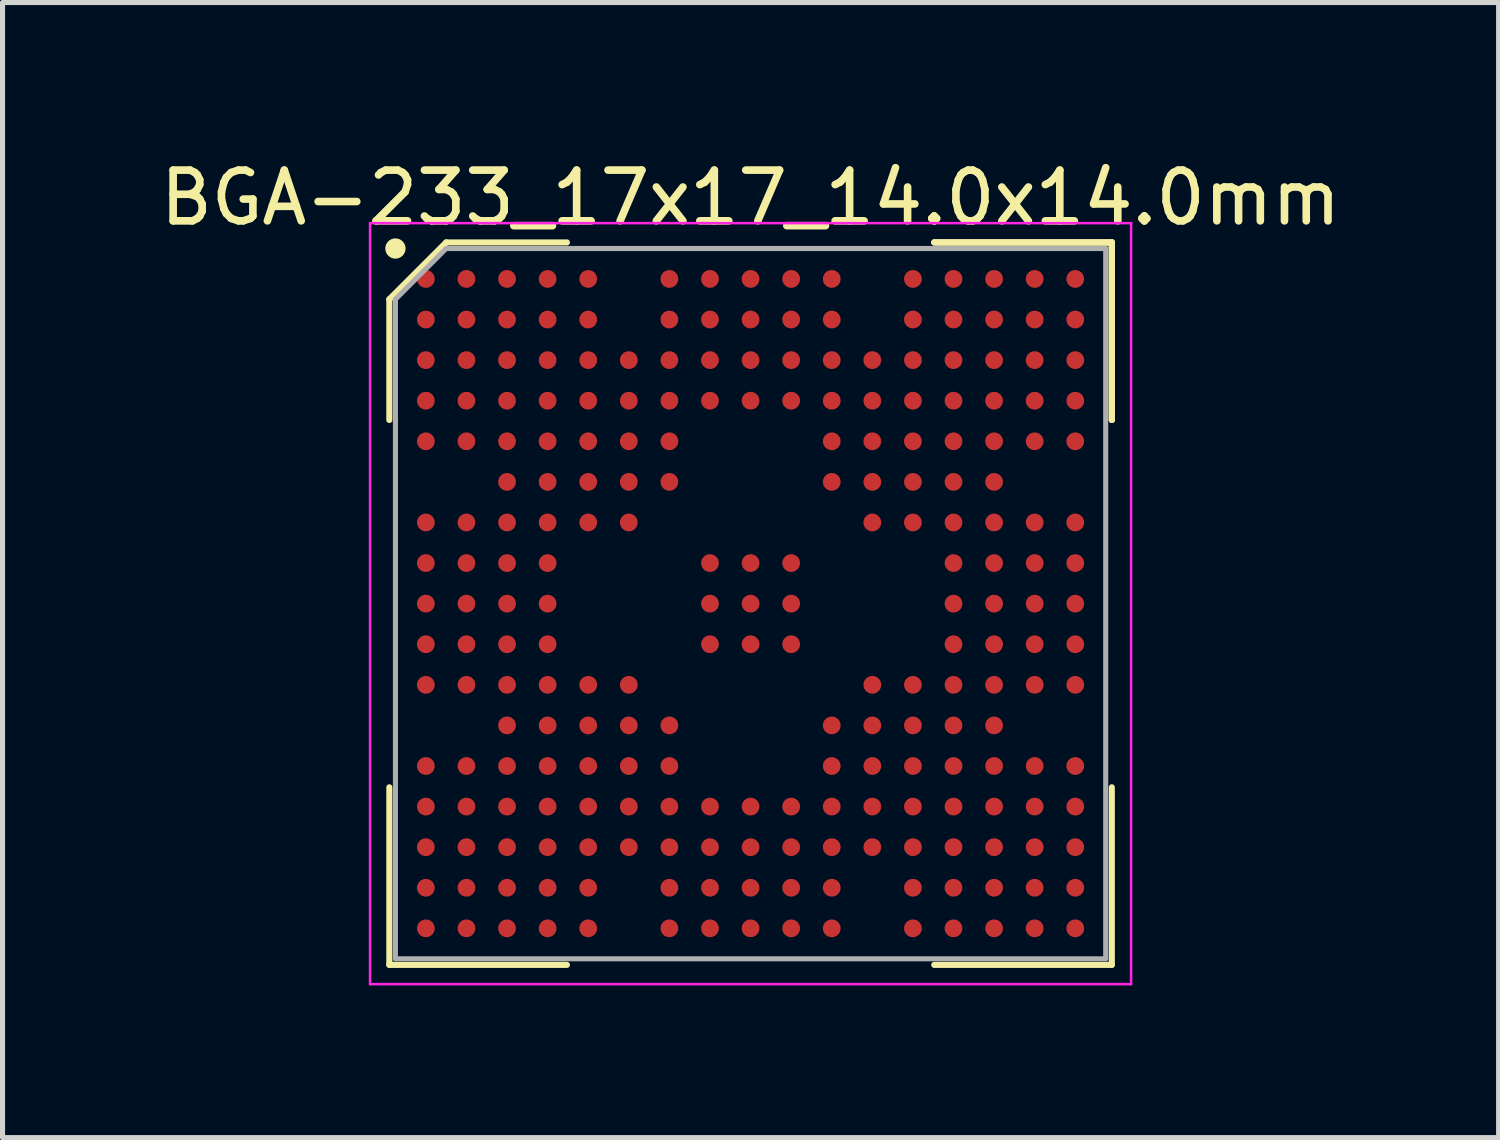
<source format=kicad_pcb>
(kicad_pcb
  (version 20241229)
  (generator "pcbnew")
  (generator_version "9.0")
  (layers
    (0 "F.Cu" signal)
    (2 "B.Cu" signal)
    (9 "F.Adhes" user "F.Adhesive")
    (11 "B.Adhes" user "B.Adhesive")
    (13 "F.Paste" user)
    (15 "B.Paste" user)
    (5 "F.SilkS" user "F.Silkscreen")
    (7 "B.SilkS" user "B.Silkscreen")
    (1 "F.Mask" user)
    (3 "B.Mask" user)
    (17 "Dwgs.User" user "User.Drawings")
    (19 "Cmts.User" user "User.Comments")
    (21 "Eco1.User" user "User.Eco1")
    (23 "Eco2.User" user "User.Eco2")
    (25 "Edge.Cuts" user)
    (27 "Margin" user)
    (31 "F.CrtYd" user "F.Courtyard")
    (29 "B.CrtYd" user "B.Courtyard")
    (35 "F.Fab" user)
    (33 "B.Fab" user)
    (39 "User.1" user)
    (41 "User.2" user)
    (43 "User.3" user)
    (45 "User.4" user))
  (footprint "BGA-233_17x17_14.0x14.0mm"
    (layer "F.Cu")
    (at 11.744 8.848)
    (property "Reference" "BGA-233_17x17_14.0x14.0mm" (at 0 -8 0) (layer "F.SilkS") (effects (font (size 1 1) (thickness 0.15))))
    (attr smd)
    (fp_line (start -7.12 -6) (end -7.12 -3.62) (stroke (width 0.12) (type solid)) (layer "F.SilkS"))
    (fp_line (start -7.12 7.12) (end -7.12 3.62) (stroke (width 0.12) (type solid)) (layer "F.SilkS"))
    (fp_line (start -6 -7.12) (end -7.12 -6) (stroke (width 0.12) (type solid)) (layer "F.SilkS"))
    (fp_line (start -3.62 -7.12) (end -6 -7.12) (stroke (width 0.12) (type solid)) (layer "F.SilkS"))
    (fp_line (start -3.62 7.12) (end -7.12 7.12) (stroke (width 0.12) (type solid)) (layer "F.SilkS"))
    (fp_line (start 3.62 -7.12) (end 7.12 -7.12) (stroke (width 0.12) (type solid)) (layer "F.SilkS"))
    (fp_line (start 3.62 -7.12) (end 7.12 -7.12) (stroke (width 0.12) (type solid)) (layer "F.SilkS"))
    (fp_line (start 3.62 -7.12) (end 7.12 -7.12) (stroke (width 0.12) (type solid)) (layer "F.SilkS"))
    (fp_line (start 3.62 7.12) (end 7.12 7.12) (stroke (width 0.12) (type solid)) (layer "F.SilkS"))
    (fp_line (start 7.12 -7.12) (end 7.12 -3.62) (stroke (width 0.12) (type solid)) (layer "F.SilkS"))
    (fp_line (start 7.12 -7.12) (end 7.12 -3.62) (stroke (width 0.12) (type solid)) (layer "F.SilkS"))
    (fp_line (start 7.12 -7.12) (end 7.12 -3.62) (stroke (width 0.12) (type solid)) (layer "F.SilkS"))
    (fp_line (start 7.12 7.12) (end 7.12 3.62) (stroke (width 0.12) (type solid)) (layer "F.SilkS"))
    (fp_circle (center -7 -7) (end -7 -6.9) (stroke (width 0.2) (type solid)) (fill no) (layer "F.SilkS"))
    (fp_line (start -7.5 -7.5) (end 7.5 -7.5) (stroke (width 0.05) (type solid)) (layer "F.CrtYd"))
    (fp_line (start -7.5 7.5) (end -7.5 -7.5) (stroke (width 0.05) (type solid)) (layer "F.CrtYd"))
    (fp_line (start 7.5 -7.5) (end 7.5 7.5) (stroke (width 0.05) (type solid)) (layer "F.CrtYd"))
    (fp_line (start 7.5 7.5) (end -7.5 7.5) (stroke (width 0.05) (type solid)) (layer "F.CrtYd"))
    (fp_line (start -7 -6) (end -7 7) (stroke (width 0.1) (type solid)) (layer "F.Fab"))
    (fp_line (start -7 7) (end 7 7) (stroke (width 0.1) (type solid)) (layer "F.Fab"))
    (fp_line (start -6 -7) (end -7 -6) (stroke (width 0.1) (type solid)) (layer "F.Fab"))
    (fp_line (start 7 -7) (end -6 -7) (stroke (width 0.1) (type solid)) (layer "F.Fab"))
    (fp_line (start 7 7) (end 7 -7) (stroke (width 0.1) (type solid)) (layer "F.Fab"))
    (pad "A1" smd circle (at -6.4 -6.4) (size 0.35 0.35) (layers "F.Cu" "F.Mask" "F.Paste"))
    (pad "A2" smd circle (at -5.6 -6.4) (size 0.35 0.35) (layers "F.Cu" "F.Mask" "F.Paste"))
    (pad "A3" smd circle (at -4.8 -6.4) (size 0.35 0.35) (layers "F.Cu" "F.Mask" "F.Paste"))
    (pad "A4" smd circle (at -4 -6.4) (size 0.35 0.35) (layers "F.Cu" "F.Mask" "F.Paste"))
    (pad "A5" smd circle (at -3.2 -6.4) (size 0.35 0.35) (layers "F.Cu" "F.Mask" "F.Paste"))
    (pad "A7" smd circle (at -1.6 -6.4) (size 0.35 0.35) (layers "F.Cu" "F.Mask" "F.Paste"))
    (pad "A8" smd circle (at -0.8 -6.4) (size 0.35 0.35) (layers "F.Cu" "F.Mask" "F.Paste"))
    (pad "A9" smd circle (at 0 -6.4) (size 0.35 0.35) (layers "F.Cu" "F.Mask" "F.Paste"))
    (pad "A10" smd circle (at 0.8 -6.4) (size 0.35 0.35) (layers "F.Cu" "F.Mask" "F.Paste"))
    (pad "A11" smd circle (at 1.6 -6.4) (size 0.35 0.35) (layers "F.Cu" "F.Mask" "F.Paste"))
    (pad "A13" smd circle (at 3.2 -6.4) (size 0.35 0.35) (layers "F.Cu" "F.Mask" "F.Paste"))
    (pad "A14" smd circle (at 4 -6.4) (size 0.35 0.35) (layers "F.Cu" "F.Mask" "F.Paste"))
    (pad "A15" smd circle (at 4.8 -6.4) (size 0.35 0.35) (layers "F.Cu" "F.Mask" "F.Paste"))
    (pad "A16" smd circle (at 5.6 -6.4) (size 0.35 0.35) (layers "F.Cu" "F.Mask" "F.Paste"))
    (pad "A17" smd circle (at 6.4 -6.4) (size 0.35 0.35) (layers "F.Cu" "F.Mask" "F.Paste"))
    (pad "B1" smd circle (at -6.4 -5.6) (size 0.35 0.35) (layers "F.Cu" "F.Mask" "F.Paste"))
    (pad "B2" smd circle (at -5.6 -5.6) (size 0.35 0.35) (layers "F.Cu" "F.Mask" "F.Paste"))
    (pad "B3" smd circle (at -4.8 -5.6) (size 0.35 0.35) (layers "F.Cu" "F.Mask" "F.Paste"))
    (pad "B4" smd circle (at -4 -5.6) (size 0.35 0.35) (layers "F.Cu" "F.Mask" "F.Paste"))
    (pad "B5" smd circle (at -3.2 -5.6) (size 0.35 0.35) (layers "F.Cu" "F.Mask" "F.Paste"))
    (pad "B7" smd circle (at -1.6 -5.6) (size 0.35 0.35) (layers "F.Cu" "F.Mask" "F.Paste"))
    (pad "B8" smd circle (at -0.8 -5.6) (size 0.35 0.35) (layers "F.Cu" "F.Mask" "F.Paste"))
    (pad "B9" smd circle (at 0 -5.6) (size 0.35 0.35) (layers "F.Cu" "F.Mask" "F.Paste"))
    (pad "B10" smd circle (at 0.8 -5.6) (size 0.35 0.35) (layers "F.Cu" "F.Mask" "F.Paste"))
    (pad "B11" smd circle (at 1.6 -5.6) (size 0.35 0.35) (layers "F.Cu" "F.Mask" "F.Paste"))
    (pad "B13" smd circle (at 3.2 -5.6) (size 0.35 0.35) (layers "F.Cu" "F.Mask" "F.Paste"))
    (pad "B14" smd circle (at 4 -5.6) (size 0.35 0.35) (layers "F.Cu" "F.Mask" "F.Paste"))
    (pad "B15" smd circle (at 4.8 -5.6) (size 0.35 0.35) (layers "F.Cu" "F.Mask" "F.Paste"))
    (pad "B16" smd circle (at 5.6 -5.6) (size 0.35 0.35) (layers "F.Cu" "F.Mask" "F.Paste"))
    (pad "B17" smd circle (at 6.4 -5.6) (size 0.35 0.35) (layers "F.Cu" "F.Mask" "F.Paste"))
    (pad "C1" smd circle (at -6.4 -4.8) (size 0.35 0.35) (layers "F.Cu" "F.Mask" "F.Paste"))
    (pad "C2" smd circle (at -5.6 -4.8) (size 0.35 0.35) (layers "F.Cu" "F.Mask" "F.Paste"))
    (pad "C3" smd circle (at -4.8 -4.8) (size 0.35 0.35) (layers "F.Cu" "F.Mask" "F.Paste"))
    (pad "C4" smd circle (at -4 -4.8) (size 0.35 0.35) (layers "F.Cu" "F.Mask" "F.Paste"))
    (pad "C5" smd circle (at -3.2 -4.8) (size 0.35 0.35) (layers "F.Cu" "F.Mask" "F.Paste"))
    (pad "C6" smd circle (at -2.4 -4.8) (size 0.35 0.35) (layers "F.Cu" "F.Mask" "F.Paste"))
    (pad "C7" smd circle (at -1.6 -4.8) (size 0.35 0.35) (layers "F.Cu" "F.Mask" "F.Paste"))
    (pad "C8" smd circle (at -0.8 -4.8) (size 0.35 0.35) (layers "F.Cu" "F.Mask" "F.Paste"))
    (pad "C9" smd circle (at 0 -4.8) (size 0.35 0.35) (layers "F.Cu" "F.Mask" "F.Paste"))
    (pad "C10" smd circle (at 0.8 -4.8) (size 0.35 0.35) (layers "F.Cu" "F.Mask" "F.Paste"))
    (pad "C11" smd circle (at 1.6 -4.8) (size 0.35 0.35) (layers "F.Cu" "F.Mask" "F.Paste"))
    (pad "C12" smd circle (at 2.4 -4.8) (size 0.35 0.35) (layers "F.Cu" "F.Mask" "F.Paste"))
    (pad "C13" smd circle (at 3.2 -4.8) (size 0.35 0.35) (layers "F.Cu" "F.Mask" "F.Paste"))
    (pad "C14" smd circle (at 4 -4.8) (size 0.35 0.35) (layers "F.Cu" "F.Mask" "F.Paste"))
    (pad "C15" smd circle (at 4.8 -4.8) (size 0.35 0.35) (layers "F.Cu" "F.Mask" "F.Paste"))
    (pad "C16" smd circle (at 5.6 -4.8) (size 0.35 0.35) (layers "F.Cu" "F.Mask" "F.Paste"))
    (pad "C17" smd circle (at 6.4 -4.8) (size 0.35 0.35) (layers "F.Cu" "F.Mask" "F.Paste"))
    (pad "D1" smd circle (at -6.4 -4) (size 0.35 0.35) (layers "F.Cu" "F.Mask" "F.Paste"))
    (pad "D2" smd circle (at -5.6 -4) (size 0.35 0.35) (layers "F.Cu" "F.Mask" "F.Paste"))
    (pad "D3" smd circle (at -4.8 -4) (size 0.35 0.35) (layers "F.Cu" "F.Mask" "F.Paste"))
    (pad "D4" smd circle (at -4 -4) (size 0.35 0.35) (layers "F.Cu" "F.Mask" "F.Paste"))
    (pad "D5" smd circle (at -3.2 -4) (size 0.35 0.35) (layers "F.Cu" "F.Mask" "F.Paste"))
    (pad "D6" smd circle (at -2.4 -4) (size 0.35 0.35) (layers "F.Cu" "F.Mask" "F.Paste"))
    (pad "D7" smd circle (at -1.6 -4) (size 0.35 0.35) (layers "F.Cu" "F.Mask" "F.Paste"))
    (pad "D8" smd circle (at -0.8 -4) (size 0.35 0.35) (layers "F.Cu" "F.Mask" "F.Paste"))
    (pad "D9" smd circle (at 0 -4) (size 0.35 0.35) (layers "F.Cu" "F.Mask" "F.Paste"))
    (pad "D10" smd circle (at 0.8 -4) (size 0.35 0.35) (layers "F.Cu" "F.Mask" "F.Paste"))
    (pad "D11" smd circle (at 1.6 -4) (size 0.35 0.35) (layers "F.Cu" "F.Mask" "F.Paste"))
    (pad "D12" smd circle (at 2.4 -4) (size 0.35 0.35) (layers "F.Cu" "F.Mask" "F.Paste"))
    (pad "D13" smd circle (at 3.2 -4) (size 0.35 0.35) (layers "F.Cu" "F.Mask" "F.Paste"))
    (pad "D14" smd circle (at 4 -4) (size 0.35 0.35) (layers "F.Cu" "F.Mask" "F.Paste"))
    (pad "D15" smd circle (at 4.8 -4) (size 0.35 0.35) (layers "F.Cu" "F.Mask" "F.Paste"))
    (pad "D16" smd circle (at 5.6 -4) (size 0.35 0.35) (layers "F.Cu" "F.Mask" "F.Paste"))
    (pad "D17" smd circle (at 6.4 -4) (size 0.35 0.35) (layers "F.Cu" "F.Mask" "F.Paste"))
    (pad "E1" smd circle (at -6.4 -3.2) (size 0.35 0.35) (layers "F.Cu" "F.Mask" "F.Paste"))
    (pad "E2" smd circle (at -5.6 -3.2) (size 0.35 0.35) (layers "F.Cu" "F.Mask" "F.Paste"))
    (pad "E3" smd circle (at -4.8 -3.2) (size 0.35 0.35) (layers "F.Cu" "F.Mask" "F.Paste"))
    (pad "E4" smd circle (at -4 -3.2) (size 0.35 0.35) (layers "F.Cu" "F.Mask" "F.Paste"))
    (pad "E5" smd circle (at -3.2 -3.2) (size 0.35 0.35) (layers "F.Cu" "F.Mask" "F.Paste"))
    (pad "E6" smd circle (at -2.4 -3.2) (size 0.35 0.35) (layers "F.Cu" "F.Mask" "F.Paste"))
    (pad "E7" smd circle (at -1.6 -3.2) (size 0.35 0.35) (layers "F.Cu" "F.Mask" "F.Paste"))
    (pad "E11" smd circle (at 1.6 -3.2) (size 0.35 0.35) (layers "F.Cu" "F.Mask" "F.Paste"))
    (pad "E12" smd circle (at 2.4 -3.2) (size 0.35 0.35) (layers "F.Cu" "F.Mask" "F.Paste"))
    (pad "E13" smd circle (at 3.2 -3.2) (size 0.35 0.35) (layers "F.Cu" "F.Mask" "F.Paste"))
    (pad "E14" smd circle (at 4 -3.2) (size 0.35 0.35) (layers "F.Cu" "F.Mask" "F.Paste"))
    (pad "E15" smd circle (at 4.8 -3.2) (size 0.35 0.35) (layers "F.Cu" "F.Mask" "F.Paste"))
    (pad "E16" smd circle (at 5.6 -3.2) (size 0.35 0.35) (layers "F.Cu" "F.Mask" "F.Paste"))
    (pad "E17" smd circle (at 6.4 -3.2) (size 0.35 0.35) (layers "F.Cu" "F.Mask" "F.Paste"))
    (pad "F3" smd circle (at -4.8 -2.4) (size 0.35 0.35) (layers "F.Cu" "F.Mask" "F.Paste"))
    (pad "F4" smd circle (at -4 -2.4) (size 0.35 0.35) (layers "F.Cu" "F.Mask" "F.Paste"))
    (pad "F5" smd circle (at -3.2 -2.4) (size 0.35 0.35) (layers "F.Cu" "F.Mask" "F.Paste"))
    (pad "F6" smd circle (at -2.4 -2.4) (size 0.35 0.35) (layers "F.Cu" "F.Mask" "F.Paste"))
    (pad "F7" smd circle (at -1.6 -2.4) (size 0.35 0.35) (layers "F.Cu" "F.Mask" "F.Paste"))
    (pad "F11" smd circle (at 1.6 -2.4) (size 0.35 0.35) (layers "F.Cu" "F.Mask" "F.Paste"))
    (pad "F12" smd circle (at 2.4 -2.4) (size 0.35 0.35) (layers "F.Cu" "F.Mask" "F.Paste"))
    (pad "F13" smd circle (at 3.2 -2.4) (size 0.35 0.35) (layers "F.Cu" "F.Mask" "F.Paste"))
    (pad "F14" smd circle (at 4 -2.4) (size 0.35 0.35) (layers "F.Cu" "F.Mask" "F.Paste"))
    (pad "F15" smd circle (at 4.8 -2.4) (size 0.35 0.35) (layers "F.Cu" "F.Mask" "F.Paste"))
    (pad "G1" smd circle (at -6.4 -1.6) (size 0.35 0.35) (layers "F.Cu" "F.Mask" "F.Paste"))
    (pad "G2" smd circle (at -5.6 -1.6) (size 0.35 0.35) (layers "F.Cu" "F.Mask" "F.Paste"))
    (pad "G3" smd circle (at -4.8 -1.6) (size 0.35 0.35) (layers "F.Cu" "F.Mask" "F.Paste"))
    (pad "G4" smd circle (at -4 -1.6) (size 0.35 0.35) (layers "F.Cu" "F.Mask" "F.Paste"))
    (pad "G5" smd circle (at -3.2 -1.6) (size 0.35 0.35) (layers "F.Cu" "F.Mask" "F.Paste"))
    (pad "G6" smd circle (at -2.4 -1.6) (size 0.35 0.35) (layers "F.Cu" "F.Mask" "F.Paste"))
    (pad "G12" smd circle (at 2.4 -1.6) (size 0.35 0.35) (layers "F.Cu" "F.Mask" "F.Paste"))
    (pad "G13" smd circle (at 3.2 -1.6) (size 0.35 0.35) (layers "F.Cu" "F.Mask" "F.Paste"))
    (pad "G14" smd circle (at 4 -1.6) (size 0.35 0.35) (layers "F.Cu" "F.Mask" "F.Paste"))
    (pad "G15" smd circle (at 4.8 -1.6) (size 0.35 0.35) (layers "F.Cu" "F.Mask" "F.Paste"))
    (pad "G16" smd circle (at 5.6 -1.6) (size 0.35 0.35) (layers "F.Cu" "F.Mask" "F.Paste"))
    (pad "G17" smd circle (at 6.4 -1.6) (size 0.35 0.35) (layers "F.Cu" "F.Mask" "F.Paste"))
    (pad "H1" smd circle (at -6.4 -0.8) (size 0.35 0.35) (layers "F.Cu" "F.Mask" "F.Paste"))
    (pad "H2" smd circle (at -5.6 -0.8) (size 0.35 0.35) (layers "F.Cu" "F.Mask" "F.Paste"))
    (pad "H3" smd circle (at -4.8 -0.8) (size 0.35 0.35) (layers "F.Cu" "F.Mask" "F.Paste"))
    (pad "H4" smd circle (at -4 -0.8) (size 0.35 0.35) (layers "F.Cu" "F.Mask" "F.Paste"))
    (pad "H8" smd circle (at -0.8 -0.8) (size 0.35 0.35) (layers "F.Cu" "F.Mask" "F.Paste"))
    (pad "H9" smd circle (at 0 -0.8) (size 0.35 0.35) (layers "F.Cu" "F.Mask" "F.Paste"))
    (pad "H10" smd circle (at 0.8 -0.8) (size 0.35 0.35) (layers "F.Cu" "F.Mask" "F.Paste"))
    (pad "H14" smd circle (at 4 -0.8) (size 0.35 0.35) (layers "F.Cu" "F.Mask" "F.Paste"))
    (pad "H15" smd circle (at 4.8 -0.8) (size 0.35 0.35) (layers "F.Cu" "F.Mask" "F.Paste"))
    (pad "H16" smd circle (at 5.6 -0.8) (size 0.35 0.35) (layers "F.Cu" "F.Mask" "F.Paste"))
    (pad "H17" smd circle (at 6.4 -0.8) (size 0.35 0.35) (layers "F.Cu" "F.Mask" "F.Paste"))
    (pad "J1" smd circle (at -6.4 0) (size 0.35 0.35) (layers "F.Cu" "F.Mask" "F.Paste"))
    (pad "J2" smd circle (at -5.6 0) (size 0.35 0.35) (layers "F.Cu" "F.Mask" "F.Paste"))
    (pad "J3" smd circle (at -4.8 0) (size 0.35 0.35) (layers "F.Cu" "F.Mask" "F.Paste"))
    (pad "J4" smd circle (at -4 0) (size 0.35 0.35) (layers "F.Cu" "F.Mask" "F.Paste"))
    (pad "J8" smd circle (at -0.8 0) (size 0.35 0.35) (layers "F.Cu" "F.Mask" "F.Paste"))
    (pad "J9" smd circle (at 0 0) (size 0.35 0.35) (layers "F.Cu" "F.Mask" "F.Paste"))
    (pad "J10" smd circle (at 0.8 0) (size 0.35 0.35) (layers "F.Cu" "F.Mask" "F.Paste"))
    (pad "J14" smd circle (at 4 0) (size 0.35 0.35) (layers "F.Cu" "F.Mask" "F.Paste"))
    (pad "J15" smd circle (at 4.8 0) (size 0.35 0.35) (layers "F.Cu" "F.Mask" "F.Paste"))
    (pad "J16" smd circle (at 5.6 0) (size 0.35 0.35) (layers "F.Cu" "F.Mask" "F.Paste"))
    (pad "J17" smd circle (at 6.4 0) (size 0.35 0.35) (layers "F.Cu" "F.Mask" "F.Paste"))
    (pad "K1" smd circle (at -6.4 0.8) (size 0.35 0.35) (layers "F.Cu" "F.Mask" "F.Paste"))
    (pad "K2" smd circle (at -5.6 0.8) (size 0.35 0.35) (layers "F.Cu" "F.Mask" "F.Paste"))
    (pad "K3" smd circle (at -4.8 0.8) (size 0.35 0.35) (layers "F.Cu" "F.Mask" "F.Paste"))
    (pad "K4" smd circle (at -4 0.8) (size 0.35 0.35) (layers "F.Cu" "F.Mask" "F.Paste"))
    (pad "K8" smd circle (at -0.8 0.8) (size 0.35 0.35) (layers "F.Cu" "F.Mask" "F.Paste"))
    (pad "K9" smd circle (at 0 0.8) (size 0.35 0.35) (layers "F.Cu" "F.Mask" "F.Paste"))
    (pad "K10" smd circle (at 0.8 0.8) (size 0.35 0.35) (layers "F.Cu" "F.Mask" "F.Paste"))
    (pad "K14" smd circle (at 4 0.8) (size 0.35 0.35) (layers "F.Cu" "F.Mask" "F.Paste"))
    (pad "K15" smd circle (at 4.8 0.8) (size 0.35 0.35) (layers "F.Cu" "F.Mask" "F.Paste"))
    (pad "K16" smd circle (at 5.6 0.8) (size 0.35 0.35) (layers "F.Cu" "F.Mask" "F.Paste"))
    (pad "K17" smd circle (at 6.4 0.8) (size 0.35 0.35) (layers "F.Cu" "F.Mask" "F.Paste"))
    (pad "L1" smd circle (at -6.4 1.6) (size 0.35 0.35) (layers "F.Cu" "F.Mask" "F.Paste"))
    (pad "L2" smd circle (at -5.6 1.6) (size 0.35 0.35) (layers "F.Cu" "F.Mask" "F.Paste"))
    (pad "L3" smd circle (at -4.8 1.6) (size 0.35 0.35) (layers "F.Cu" "F.Mask" "F.Paste"))
    (pad "L4" smd circle (at -4 1.6) (size 0.35 0.35) (layers "F.Cu" "F.Mask" "F.Paste"))
    (pad "L5" smd circle (at -3.2 1.6) (size 0.35 0.35) (layers "F.Cu" "F.Mask" "F.Paste"))
    (pad "L6" smd circle (at -2.4 1.6) (size 0.35 0.35) (layers "F.Cu" "F.Mask" "F.Paste"))
    (pad "L12" smd circle (at 2.4 1.6) (size 0.35 0.35) (layers "F.Cu" "F.Mask" "F.Paste"))
    (pad "L13" smd circle (at 3.2 1.6) (size 0.35 0.35) (layers "F.Cu" "F.Mask" "F.Paste"))
    (pad "L14" smd circle (at 4 1.6) (size 0.35 0.35) (layers "F.Cu" "F.Mask" "F.Paste"))
    (pad "L15" smd circle (at 4.8 1.6) (size 0.35 0.35) (layers "F.Cu" "F.Mask" "F.Paste"))
    (pad "L16" smd circle (at 5.6 1.6) (size 0.35 0.35) (layers "F.Cu" "F.Mask" "F.Paste"))
    (pad "L17" smd circle (at 6.4 1.6) (size 0.35 0.35) (layers "F.Cu" "F.Mask" "F.Paste"))
    (pad "M3" smd circle (at -4.8 2.4) (size 0.35 0.35) (layers "F.Cu" "F.Mask" "F.Paste"))
    (pad "M4" smd circle (at -4 2.4) (size 0.35 0.35) (layers "F.Cu" "F.Mask" "F.Paste"))
    (pad "M5" smd circle (at -3.2 2.4) (size 0.35 0.35) (layers "F.Cu" "F.Mask" "F.Paste"))
    (pad "M6" smd circle (at -2.4 2.4) (size 0.35 0.35) (layers "F.Cu" "F.Mask" "F.Paste"))
    (pad "M7" smd circle (at -1.6 2.4) (size 0.35 0.35) (layers "F.Cu" "F.Mask" "F.Paste"))
    (pad "M11" smd circle (at 1.6 2.4) (size 0.35 0.35) (layers "F.Cu" "F.Mask" "F.Paste"))
    (pad "M12" smd circle (at 2.4 2.4) (size 0.35 0.35) (layers "F.Cu" "F.Mask" "F.Paste"))
    (pad "M13" smd circle (at 3.2 2.4) (size 0.35 0.35) (layers "F.Cu" "F.Mask" "F.Paste"))
    (pad "M14" smd circle (at 4 2.4) (size 0.35 0.35) (layers "F.Cu" "F.Mask" "F.Paste"))
    (pad "M15" smd circle (at 4.8 2.4) (size 0.35 0.35) (layers "F.Cu" "F.Mask" "F.Paste"))
    (pad "N1" smd circle (at -6.4 3.2) (size 0.35 0.35) (layers "F.Cu" "F.Mask" "F.Paste"))
    (pad "N2" smd circle (at -5.6 3.2) (size 0.35 0.35) (layers "F.Cu" "F.Mask" "F.Paste"))
    (pad "N3" smd circle (at -4.8 3.2) (size 0.35 0.35) (layers "F.Cu" "F.Mask" "F.Paste"))
    (pad "N4" smd circle (at -4 3.2) (size 0.35 0.35) (layers "F.Cu" "F.Mask" "F.Paste"))
    (pad "N5" smd circle (at -3.2 3.2) (size 0.35 0.35) (layers "F.Cu" "F.Mask" "F.Paste"))
    (pad "N6" smd circle (at -2.4 3.2) (size 0.35 0.35) (layers "F.Cu" "F.Mask" "F.Paste"))
    (pad "N7" smd circle (at -1.6 3.2) (size 0.35 0.35) (layers "F.Cu" "F.Mask" "F.Paste"))
    (pad "N11" smd circle (at 1.6 3.2) (size 0.35 0.35) (layers "F.Cu" "F.Mask" "F.Paste"))
    (pad "N12" smd circle (at 2.4 3.2) (size 0.35 0.35) (layers "F.Cu" "F.Mask" "F.Paste"))
    (pad "N13" smd circle (at 3.2 3.2) (size 0.35 0.35) (layers "F.Cu" "F.Mask" "F.Paste"))
    (pad "N14" smd circle (at 4 3.2) (size 0.35 0.35) (layers "F.Cu" "F.Mask" "F.Paste"))
    (pad "N15" smd circle (at 4.8 3.2) (size 0.35 0.35) (layers "F.Cu" "F.Mask" "F.Paste"))
    (pad "N16" smd circle (at 5.6 3.2) (size 0.35 0.35) (layers "F.Cu" "F.Mask" "F.Paste"))
    (pad "N17" smd circle (at 6.4 3.2) (size 0.35 0.35) (layers "F.Cu" "F.Mask" "F.Paste"))
    (pad "P1" smd circle (at -6.4 4) (size 0.35 0.35) (layers "F.Cu" "F.Mask" "F.Paste"))
    (pad "P2" smd circle (at -5.6 4) (size 0.35 0.35) (layers "F.Cu" "F.Mask" "F.Paste"))
    (pad "P3" smd circle (at -4.8 4) (size 0.35 0.35) (layers "F.Cu" "F.Mask" "F.Paste"))
    (pad "P4" smd circle (at -4 4) (size 0.35 0.35) (layers "F.Cu" "F.Mask" "F.Paste"))
    (pad "P5" smd circle (at -3.2 4) (size 0.35 0.35) (layers "F.Cu" "F.Mask" "F.Paste"))
    (pad "P6" smd circle (at -2.4 4) (size 0.35 0.35) (layers "F.Cu" "F.Mask" "F.Paste"))
    (pad "P7" smd circle (at -1.6 4) (size 0.35 0.35) (layers "F.Cu" "F.Mask" "F.Paste"))
    (pad "P8" smd circle (at -0.8 4) (size 0.35 0.35) (layers "F.Cu" "F.Mask" "F.Paste"))
    (pad "P9" smd circle (at 0 4) (size 0.35 0.35) (layers "F.Cu" "F.Mask" "F.Paste"))
    (pad "P10" smd circle (at 0.8 4) (size 0.35 0.35) (layers "F.Cu" "F.Mask" "F.Paste"))
    (pad "P11" smd circle (at 1.6 4) (size 0.35 0.35) (layers "F.Cu" "F.Mask" "F.Paste"))
    (pad "P12" smd circle (at 2.4 4) (size 0.35 0.35) (layers "F.Cu" "F.Mask" "F.Paste"))
    (pad "P13" smd circle (at 3.2 4) (size 0.35 0.35) (layers "F.Cu" "F.Mask" "F.Paste"))
    (pad "P14" smd circle (at 4 4) (size 0.35 0.35) (layers "F.Cu" "F.Mask" "F.Paste"))
    (pad "P15" smd circle (at 4.8 4) (size 0.35 0.35) (layers "F.Cu" "F.Mask" "F.Paste"))
    (pad "P16" smd circle (at 5.6 4) (size 0.35 0.35) (layers "F.Cu" "F.Mask" "F.Paste"))
    (pad "P17" smd circle (at 6.4 4) (size 0.35 0.35) (layers "F.Cu" "F.Mask" "F.Paste"))
    (pad "R1" smd circle (at -6.4 4.8) (size 0.35 0.35) (layers "F.Cu" "F.Mask" "F.Paste"))
    (pad "R2" smd circle (at -5.6 4.8) (size 0.35 0.35) (layers "F.Cu" "F.Mask" "F.Paste"))
    (pad "R3" smd circle (at -4.8 4.8) (size 0.35 0.35) (layers "F.Cu" "F.Mask" "F.Paste"))
    (pad "R4" smd circle (at -4 4.8) (size 0.35 0.35) (layers "F.Cu" "F.Mask" "F.Paste"))
    (pad "R5" smd circle (at -3.2 4.8) (size 0.35 0.35) (layers "F.Cu" "F.Mask" "F.Paste"))
    (pad "R6" smd circle (at -2.4 4.8) (size 0.35 0.35) (layers "F.Cu" "F.Mask" "F.Paste"))
    (pad "R7" smd circle (at -1.6 4.8) (size 0.35 0.35) (layers "F.Cu" "F.Mask" "F.Paste"))
    (pad "R8" smd circle (at -0.8 4.8) (size 0.35 0.35) (layers "F.Cu" "F.Mask" "F.Paste"))
    (pad "R9" smd circle (at 0 4.8) (size 0.35 0.35) (layers "F.Cu" "F.Mask" "F.Paste"))
    (pad "R10" smd circle (at 0.8 4.8) (size 0.35 0.35) (layers "F.Cu" "F.Mask" "F.Paste"))
    (pad "R11" smd circle (at 1.6 4.8) (size 0.35 0.35) (layers "F.Cu" "F.Mask" "F.Paste"))
    (pad "R12" smd circle (at 2.4 4.8) (size 0.35 0.35) (layers "F.Cu" "F.Mask" "F.Paste"))
    (pad "R13" smd circle (at 3.2 4.8) (size 0.35 0.35) (layers "F.Cu" "F.Mask" "F.Paste"))
    (pad "R14" smd circle (at 4 4.8) (size 0.35 0.35) (layers "F.Cu" "F.Mask" "F.Paste"))
    (pad "R15" smd circle (at 4.8 4.8) (size 0.35 0.35) (layers "F.Cu" "F.Mask" "F.Paste"))
    (pad "R16" smd circle (at 5.6 4.8) (size 0.35 0.35) (layers "F.Cu" "F.Mask" "F.Paste"))
    (pad "R17" smd circle (at 6.4 4.8) (size 0.35 0.35) (layers "F.Cu" "F.Mask" "F.Paste"))
    (pad "T1" smd circle (at -6.4 5.6) (size 0.35 0.35) (layers "F.Cu" "F.Mask" "F.Paste"))
    (pad "T2" smd circle (at -5.6 5.6) (size 0.35 0.35) (layers "F.Cu" "F.Mask" "F.Paste"))
    (pad "T3" smd circle (at -4.8 5.6) (size 0.35 0.35) (layers "F.Cu" "F.Mask" "F.Paste"))
    (pad "T4" smd circle (at -4 5.6) (size 0.35 0.35) (layers "F.Cu" "F.Mask" "F.Paste"))
    (pad "T5" smd circle (at -3.2 5.6) (size 0.35 0.35) (layers "F.Cu" "F.Mask" "F.Paste"))
    (pad "T7" smd circle (at -1.6 5.6) (size 0.35 0.35) (layers "F.Cu" "F.Mask" "F.Paste"))
    (pad "T8" smd circle (at -0.8 5.6) (size 0.35 0.35) (layers "F.Cu" "F.Mask" "F.Paste"))
    (pad "T9" smd circle (at 0 5.6) (size 0.35 0.35) (layers "F.Cu" "F.Mask" "F.Paste"))
    (pad "T10" smd circle (at 0.8 5.6) (size 0.35 0.35) (layers "F.Cu" "F.Mask" "F.Paste"))
    (pad "T11" smd circle (at 1.6 5.6) (size 0.35 0.35) (layers "F.Cu" "F.Mask" "F.Paste"))
    (pad "T13" smd circle (at 3.2 5.6) (size 0.35 0.35) (layers "F.Cu" "F.Mask" "F.Paste"))
    (pad "T14" smd circle (at 4 5.6) (size 0.35 0.35) (layers "F.Cu" "F.Mask" "F.Paste"))
    (pad "T15" smd circle (at 4.8 5.6) (size 0.35 0.35) (layers "F.Cu" "F.Mask" "F.Paste"))
    (pad "T16" smd circle (at 5.6 5.6) (size 0.35 0.35) (layers "F.Cu" "F.Mask" "F.Paste"))
    (pad "T17" smd circle (at 6.4 5.6) (size 0.35 0.35) (layers "F.Cu" "F.Mask" "F.Paste"))
    (pad "U1" smd circle (at -6.4 6.4) (size 0.35 0.35) (layers "F.Cu" "F.Mask" "F.Paste"))
    (pad "U2" smd circle (at -5.6 6.4) (size 0.35 0.35) (layers "F.Cu" "F.Mask" "F.Paste"))
    (pad "U3" smd circle (at -4.8 6.4) (size 0.35 0.35) (layers "F.Cu" "F.Mask" "F.Paste"))
    (pad "U4" smd circle (at -4 6.4) (size 0.35 0.35) (layers "F.Cu" "F.Mask" "F.Paste"))
    (pad "U5" smd circle (at -3.2 6.4) (size 0.35 0.35) (layers "F.Cu" "F.Mask" "F.Paste"))
    (pad "U7" smd circle (at -1.6 6.4) (size 0.35 0.35) (layers "F.Cu" "F.Mask" "F.Paste"))
    (pad "U8" smd circle (at -0.8 6.4) (size 0.35 0.35) (layers "F.Cu" "F.Mask" "F.Paste"))
    (pad "U9" smd circle (at 0 6.4) (size 0.35 0.35) (layers "F.Cu" "F.Mask" "F.Paste"))
    (pad "U10" smd circle (at 0.8 6.4) (size 0.35 0.35) (layers "F.Cu" "F.Mask" "F.Paste"))
    (pad "U11" smd circle (at 1.6 6.4) (size 0.35 0.35) (layers "F.Cu" "F.Mask" "F.Paste"))
    (pad "U13" smd circle (at 3.2 6.4) (size 0.35 0.35) (layers "F.Cu" "F.Mask" "F.Paste"))
    (pad "U14" smd circle (at 4 6.4) (size 0.35 0.35) (layers "F.Cu" "F.Mask" "F.Paste"))
    (pad "U15" smd circle (at 4.8 6.4) (size 0.35 0.35) (layers "F.Cu" "F.Mask" "F.Paste"))
    (pad "U16" smd circle (at 5.6 6.4) (size 0.35 0.35) (layers "F.Cu" "F.Mask" "F.Paste"))
    (pad "U17" smd circle (at 6.4 6.4) (size 0.35 0.35) (layers "F.Cu" "F.Mask" "F.Paste")))
  (gr_rect
    (start -3 -3)
    (end 26.488 19.373)
    (stroke (width 0.1) (type default))
    (fill no)
    (layer "Edge.Cuts")))
</source>
